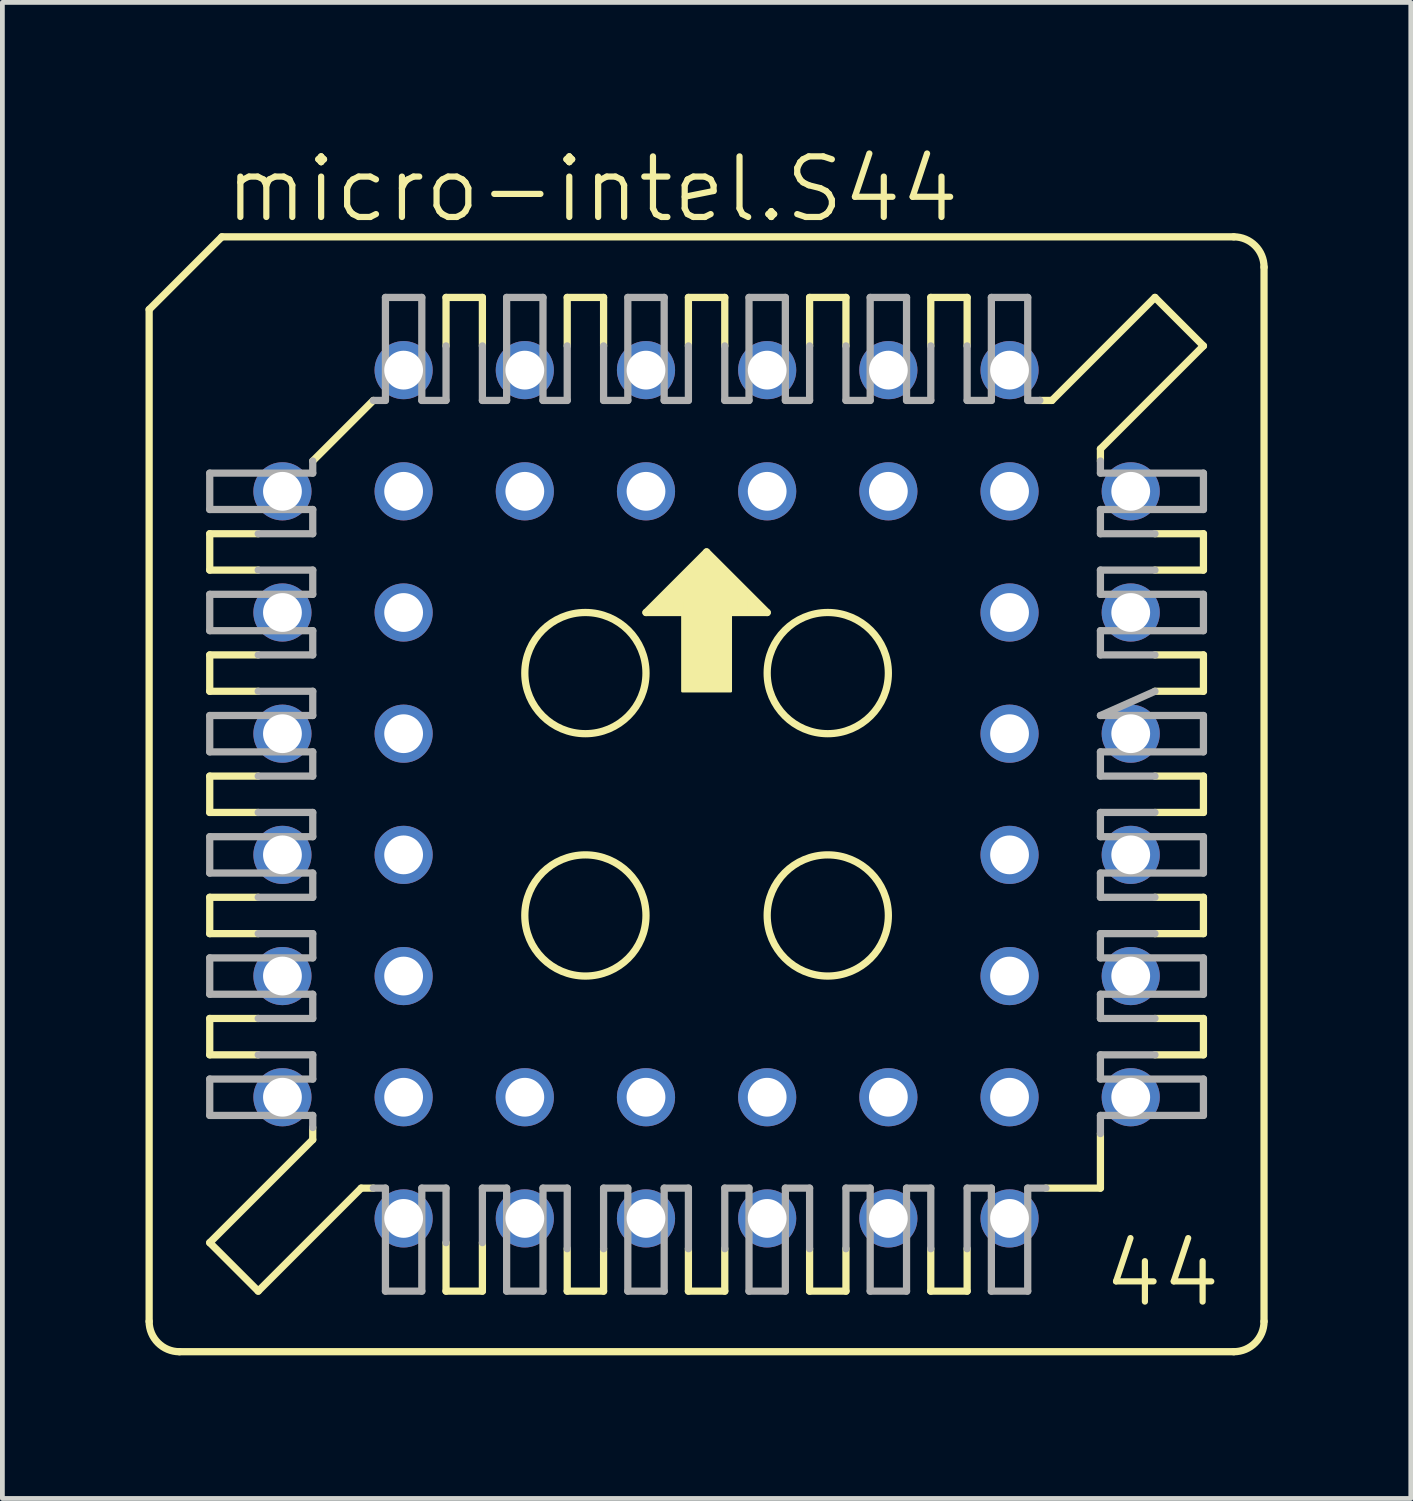
<source format=kicad_pcb>
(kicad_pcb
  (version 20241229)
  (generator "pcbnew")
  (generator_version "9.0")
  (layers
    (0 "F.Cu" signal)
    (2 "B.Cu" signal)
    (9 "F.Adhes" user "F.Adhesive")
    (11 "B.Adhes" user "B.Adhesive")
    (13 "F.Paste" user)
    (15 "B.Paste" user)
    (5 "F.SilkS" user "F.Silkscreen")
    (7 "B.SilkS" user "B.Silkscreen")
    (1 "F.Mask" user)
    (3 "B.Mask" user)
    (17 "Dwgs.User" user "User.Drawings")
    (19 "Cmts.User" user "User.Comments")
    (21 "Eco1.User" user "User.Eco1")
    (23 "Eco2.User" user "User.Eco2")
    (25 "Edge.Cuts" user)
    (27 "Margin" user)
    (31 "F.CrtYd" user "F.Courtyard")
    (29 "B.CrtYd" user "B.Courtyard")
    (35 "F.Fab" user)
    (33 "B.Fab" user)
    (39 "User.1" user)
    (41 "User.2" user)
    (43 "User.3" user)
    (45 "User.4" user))
  (footprint "micro-intel.S44"
    (layer "F.Cu")
    (at 11.76 13.598)
    (property "Reference" "micro-intel.S44" (at -10.16 -11.938 0) (layer "F.SilkS") (effects (font (size 1.27 1.27) (thickness 0.13)) (justify left bottom)))
    (attr through_hole)
    (fp_line (start -11.684 -10.16) (end -11.684 11.049) (stroke (width 0.152) (type default)) (layer "F.SilkS"))
    (fp_line (start -10.414 -5.461) (end -10.414 -4.699) (stroke (width 0.152) (type default)) (layer "F.SilkS"))
    (fp_line (start -10.414 -5.461) (end -9.398 -5.461) (stroke (width 0.152) (type default)) (layer "F.SilkS"))
    (fp_line (start -10.414 -2.921) (end -10.414 -2.159) (stroke (width 0.152) (type default)) (layer "F.SilkS"))
    (fp_line (start -10.414 -2.921) (end -9.398 -2.921) (stroke (width 0.152) (type default)) (layer "F.SilkS"))
    (fp_line (start -10.414 0.381) (end -10.414 -0.381) (stroke (width 0.152) (type default)) (layer "F.SilkS"))
    (fp_line (start -10.414 0.381) (end -9.398 0.381) (stroke (width 0.152) (type default)) (layer "F.SilkS"))
    (fp_line (start -10.414 2.921) (end -10.414 2.159) (stroke (width 0.152) (type default)) (layer "F.SilkS"))
    (fp_line (start -10.414 2.921) (end -9.398 2.921) (stroke (width 0.152) (type default)) (layer "F.SilkS"))
    (fp_line (start -10.414 5.461) (end -10.414 4.699) (stroke (width 0.152) (type default)) (layer "F.SilkS"))
    (fp_line (start -10.414 5.461) (end -9.398 5.461) (stroke (width 0.152) (type default)) (layer "F.SilkS"))
    (fp_line (start -10.414 9.398) (end -8.255 7.239) (stroke (width 0.152) (type default)) (layer "F.SilkS"))
    (fp_line (start -10.16 -11.684) (end -11.684 -10.16) (stroke (width 0.152) (type default)) (layer "F.SilkS"))
    (fp_line (start -9.398 -4.699) (end -10.414 -4.699) (stroke (width 0.152) (type default)) (layer "F.SilkS"))
    (fp_line (start -9.398 -2.159) (end -10.414 -2.159) (stroke (width 0.152) (type default)) (layer "F.SilkS"))
    (fp_line (start -9.398 -0.381) (end -10.414 -0.381) (stroke (width 0.152) (type default)) (layer "F.SilkS"))
    (fp_line (start -9.398 2.159) (end -10.414 2.159) (stroke (width 0.152) (type default)) (layer "F.SilkS"))
    (fp_line (start -9.398 4.699) (end -10.414 4.699) (stroke (width 0.152) (type default)) (layer "F.SilkS"))
    (fp_line (start -9.398 10.414) (end -10.414 9.398) (stroke (width 0.152) (type default)) (layer "F.SilkS"))
    (fp_line (start -9.398 10.414) (end -7.239 8.255) (stroke (width 0.152) (type default)) (layer "F.SilkS"))
    (fp_line (start -8.255 -6.985) (end -6.985 -8.255) (stroke (width 0.152) (type default)) (layer "F.SilkS"))
    (fp_line (start -8.255 7.239) (end -8.255 6.985) (stroke (width 0.152) (type default)) (layer "F.SilkS"))
    (fp_line (start -7.239 8.255) (end -6.985 8.255) (stroke (width 0.152) (type default)) (layer "F.SilkS"))
    (fp_line (start -5.461 -9.398) (end -5.461 -10.414) (stroke (width 0.152) (type default)) (layer "F.SilkS"))
    (fp_line (start -5.461 9.398) (end -5.461 10.414) (stroke (width 0.152) (type default)) (layer "F.SilkS"))
    (fp_line (start -5.461 10.414) (end -4.699 10.414) (stroke (width 0.152) (type default)) (layer "F.SilkS"))
    (fp_line (start -4.699 -10.414) (end -5.461 -10.414) (stroke (width 0.152) (type default)) (layer "F.SilkS"))
    (fp_line (start -4.699 -10.414) (end -4.699 -9.398) (stroke (width 0.152) (type default)) (layer "F.SilkS"))
    (fp_line (start -4.699 10.414) (end -4.699 9.398) (stroke (width 0.152) (type default)) (layer "F.SilkS"))
    (fp_line (start -2.921 -9.398) (end -2.921 -10.414) (stroke (width 0.152) (type default)) (layer "F.SilkS"))
    (fp_line (start -2.921 9.525) (end -2.921 10.414) (stroke (width 0.152) (type default)) (layer "F.SilkS"))
    (fp_line (start -2.921 10.414) (end -2.159 10.414) (stroke (width 0.152) (type default)) (layer "F.SilkS"))
    (fp_line (start -2.159 -10.414) (end -2.921 -10.414) (stroke (width 0.152) (type default)) (layer "F.SilkS"))
    (fp_line (start -2.159 -10.414) (end -2.159 -9.398) (stroke (width 0.152) (type default)) (layer "F.SilkS"))
    (fp_line (start -2.159 10.414) (end -2.159 9.525) (stroke (width 0.152) (type default)) (layer "F.SilkS"))
    (fp_line (start -1.27 -3.81) (end 1.27 -3.81) (stroke (width 0.152) (type default)) (layer "F.SilkS"))
    (fp_line (start -0.381 -9.398) (end -0.381 -10.414) (stroke (width 0.152) (type default)) (layer "F.SilkS"))
    (fp_line (start -0.381 9.525) (end -0.381 10.414) (stroke (width 0.152) (type default)) (layer "F.SilkS"))
    (fp_line (start -0.381 10.414) (end 0.381 10.414) (stroke (width 0.152) (type default)) (layer "F.SilkS"))
    (fp_line (start 0 -5.08) (end -1.27 -3.81) (stroke (width 0.152) (type default)) (layer "F.SilkS"))
    (fp_line (start 0.381 -10.414) (end -0.381 -10.414) (stroke (width 0.152) (type default)) (layer "F.SilkS"))
    (fp_line (start 0.381 -10.414) (end 0.381 -9.398) (stroke (width 0.152) (type default)) (layer "F.SilkS"))
    (fp_line (start 0.381 10.414) (end 0.381 9.525) (stroke (width 0.152) (type default)) (layer "F.SilkS"))
    (fp_line (start 1.27 -3.81) (end 0 -5.08) (stroke (width 0.152) (type default)) (layer "F.SilkS"))
    (fp_line (start 2.159 -9.398) (end 2.159 -10.414) (stroke (width 0.152) (type default)) (layer "F.SilkS"))
    (fp_line (start 2.159 9.525) (end 2.159 10.414) (stroke (width 0.152) (type default)) (layer "F.SilkS"))
    (fp_line (start 2.159 10.414) (end 2.921 10.414) (stroke (width 0.152) (type default)) (layer "F.SilkS"))
    (fp_line (start 2.921 -10.414) (end 2.159 -10.414) (stroke (width 0.152) (type default)) (layer "F.SilkS"))
    (fp_line (start 2.921 -10.414) (end 2.921 -9.398) (stroke (width 0.152) (type default)) (layer "F.SilkS"))
    (fp_line (start 2.921 10.414) (end 2.921 9.525) (stroke (width 0.152) (type default)) (layer "F.SilkS"))
    (fp_line (start 4.699 -9.398) (end 4.699 -10.414) (stroke (width 0.152) (type default)) (layer "F.SilkS"))
    (fp_line (start 4.699 9.525) (end 4.699 10.414) (stroke (width 0.152) (type default)) (layer "F.SilkS"))
    (fp_line (start 4.699 10.414) (end 5.461 10.414) (stroke (width 0.152) (type default)) (layer "F.SilkS"))
    (fp_line (start 5.461 -10.414) (end 4.699 -10.414) (stroke (width 0.152) (type default)) (layer "F.SilkS"))
    (fp_line (start 5.461 -10.414) (end 5.461 -9.398) (stroke (width 0.152) (type default)) (layer "F.SilkS"))
    (fp_line (start 5.461 10.414) (end 5.461 9.525) (stroke (width 0.152) (type default)) (layer "F.SilkS"))
    (fp_line (start 7.112 8.255) (end 8.255 8.255) (stroke (width 0.152) (type default)) (layer "F.SilkS"))
    (fp_line (start 7.239 -8.255) (end 6.985 -8.255) (stroke (width 0.152) (type default)) (layer "F.SilkS"))
    (fp_line (start 8.255 -7.239) (end 8.255 -6.985) (stroke (width 0.152) (type default)) (layer "F.SilkS"))
    (fp_line (start 8.255 8.255) (end 8.255 7.112) (stroke (width 0.152) (type default)) (layer "F.SilkS"))
    (fp_line (start 9.398 -10.414) (end 7.239 -8.255) (stroke (width 0.152) (type default)) (layer "F.SilkS"))
    (fp_line (start 9.398 -4.699) (end 10.414 -4.699) (stroke (width 0.152) (type default)) (layer "F.SilkS"))
    (fp_line (start 9.398 -2.159) (end 10.414 -2.159) (stroke (width 0.152) (type default)) (layer "F.SilkS"))
    (fp_line (start 9.398 0.381) (end 10.414 0.381) (stroke (width 0.152) (type default)) (layer "F.SilkS"))
    (fp_line (start 9.398 2.159) (end 10.414 2.159) (stroke (width 0.152) (type default)) (layer "F.SilkS"))
    (fp_line (start 9.398 4.699) (end 10.414 4.699) (stroke (width 0.152) (type default)) (layer "F.SilkS"))
    (fp_line (start 10.414 -9.398) (end 8.255 -7.239) (stroke (width 0.152) (type default)) (layer "F.SilkS"))
    (fp_line (start 10.414 -9.398) (end 9.398 -10.414) (stroke (width 0.152) (type default)) (layer "F.SilkS"))
    (fp_line (start 10.414 -5.461) (end 9.398 -5.461) (stroke (width 0.152) (type default)) (layer "F.SilkS"))
    (fp_line (start 10.414 -5.461) (end 10.414 -4.699) (stroke (width 0.152) (type default)) (layer "F.SilkS"))
    (fp_line (start 10.414 -2.921) (end 9.398 -2.921) (stroke (width 0.152) (type default)) (layer "F.SilkS"))
    (fp_line (start 10.414 -2.921) (end 10.414 -2.159) (stroke (width 0.152) (type default)) (layer "F.SilkS"))
    (fp_line (start 10.414 -0.381) (end 9.398 -0.381) (stroke (width 0.152) (type default)) (layer "F.SilkS"))
    (fp_line (start 10.414 -0.381) (end 10.414 0.381) (stroke (width 0.152) (type default)) (layer "F.SilkS"))
    (fp_line (start 10.414 2.921) (end 9.398 2.921) (stroke (width 0.152) (type default)) (layer "F.SilkS"))
    (fp_line (start 10.414 2.921) (end 10.414 2.159) (stroke (width 0.152) (type default)) (layer "F.SilkS"))
    (fp_line (start 10.414 5.461) (end 9.398 5.461) (stroke (width 0.152) (type default)) (layer "F.SilkS"))
    (fp_line (start 10.414 5.461) (end 10.414 4.699) (stroke (width 0.152) (type default)) (layer "F.SilkS"))
    (fp_line (start 11.049 -11.684) (end -10.16 -11.684) (stroke (width 0.152) (type default)) (layer "F.SilkS"))
    (fp_line (start 11.049 11.684) (end -11.049 11.684) (stroke (width 0.152) (type default)) (layer "F.SilkS"))
    (fp_line (start 11.684 -11.049) (end 11.684 11.049) (stroke (width 0.152) (type default)) (layer "F.SilkS"))
    (fp_rect (start -1.143 -3.81) (end -0.889 -3.937) (stroke (width 0.05) (type default)) (fill yes) (layer "F.SilkS"))
    (fp_rect (start -1.016 -3.937) (end -0.889 -4.064) (stroke (width 0.05) (type default)) (fill yes) (layer "F.SilkS"))
    (fp_rect (start -0.889 -3.81) (end 0.889 -4.191) (stroke (width 0.05) (type default)) (fill yes) (layer "F.SilkS"))
    (fp_rect (start -0.762 -4.191) (end -0.635 -4.318) (stroke (width 0.05) (type default)) (fill yes) (layer "F.SilkS"))
    (fp_rect (start -0.635 -4.191) (end 0.635 -4.445) (stroke (width 0.05) (type default)) (fill yes) (layer "F.SilkS"))
    (fp_rect (start -0.508 -4.445) (end -0.381 -4.572) (stroke (width 0.05) (type default)) (fill yes) (layer "F.SilkS"))
    (fp_rect (start -0.508 -2.159) (end 0.508 -4.064) (stroke (width 0.05) (type default)) (fill yes) (layer "F.SilkS"))
    (fp_rect (start -0.381 -4.445) (end 0.381 -4.699) (stroke (width 0.05) (type default)) (fill yes) (layer "F.SilkS"))
    (fp_rect (start -0.254 -4.699) (end -0.127 -4.826) (stroke (width 0.05) (type default)) (fill yes) (layer "F.SilkS"))
    (fp_rect (start -0.127 -4.699) (end 0.127 -4.953) (stroke (width 0.05) (type default)) (fill yes) (layer "F.SilkS"))
    (fp_rect (start 0.127 -4.699) (end 0.254 -4.826) (stroke (width 0.05) (type default)) (fill yes) (layer "F.SilkS"))
    (fp_rect (start 0.381 -4.445) (end 0.508 -4.572) (stroke (width 0.05) (type default)) (fill yes) (layer "F.SilkS"))
    (fp_rect (start 0.635 -4.191) (end 0.762 -4.318) (stroke (width 0.05) (type default)) (fill yes) (layer "F.SilkS"))
    (fp_rect (start 0.889 -3.937) (end 1.016 -4.064) (stroke (width 0.05) (type default)) (fill yes) (layer "F.SilkS"))
    (fp_rect (start 0.889 -3.81) (end 1.143 -3.937) (stroke (width 0.05) (type default)) (fill yes) (layer "F.SilkS"))
    (fp_arc (start -11.049 11.684) (mid -11.498013 11.498013) (end -11.684 11.049) (stroke (width 0.1524) (type default)) (layer "F.SilkS"))
    (fp_arc (start 11.049 -11.684) (mid 11.498013 -11.498013) (end 11.684 -11.049) (stroke (width 0.1524) (type default)) (layer "F.SilkS"))
    (fp_arc (start 11.684 11.049) (mid 11.498013 11.498013) (end 11.049 11.684) (stroke (width 0.1524) (type default)) (layer "F.SilkS"))
    (fp_circle (center -2.54 -2.54) (end -1.27 -2.54) (stroke (width 0.152) (type default)) (fill no) (layer "F.SilkS"))
    (fp_circle (center -2.54 2.54) (end -1.27 2.54) (stroke (width 0.152) (type default)) (fill no) (layer "F.SilkS"))
    (fp_circle (center 2.54 -2.54) (end 3.81 -2.54) (stroke (width 0.152) (type default)) (fill no) (layer "F.SilkS"))
    (fp_circle (center 2.54 2.54) (end 3.81 2.54) (stroke (width 0.152) (type default)) (fill no) (layer "F.SilkS"))
    (fp_line (start -10.414 -6.731) (end -10.414 -5.969) (stroke (width 0.152) (type default)) (layer "F.Fab"))
    (fp_line (start -10.414 -6.731) (end -8.255 -6.731) (stroke (width 0.152) (type default)) (layer "F.Fab"))
    (fp_line (start -10.414 -4.191) (end -10.414 -3.429) (stroke (width 0.152) (type default)) (layer "F.Fab"))
    (fp_line (start -10.414 -4.191) (end -8.255 -4.191) (stroke (width 0.152) (type default)) (layer "F.Fab"))
    (fp_line (start -10.414 -0.889) (end -10.414 -1.651) (stroke (width 0.152) (type default)) (layer "F.Fab"))
    (fp_line (start -10.414 -0.889) (end -8.255 -0.889) (stroke (width 0.152) (type default)) (layer "F.Fab"))
    (fp_line (start -10.414 1.651) (end -10.414 0.889) (stroke (width 0.152) (type default)) (layer "F.Fab"))
    (fp_line (start -10.414 1.651) (end -8.255 1.651) (stroke (width 0.152) (type default)) (layer "F.Fab"))
    (fp_line (start -10.414 4.191) (end -10.414 3.429) (stroke (width 0.152) (type default)) (layer "F.Fab"))
    (fp_line (start -10.414 4.191) (end -8.255 4.191) (stroke (width 0.152) (type default)) (layer "F.Fab"))
    (fp_line (start -10.414 6.731) (end -10.414 5.969) (stroke (width 0.152) (type default)) (layer "F.Fab"))
    (fp_line (start -10.414 6.731) (end -8.255 6.731) (stroke (width 0.152) (type default)) (layer "F.Fab"))
    (fp_line (start -9.398 -4.699) (end -8.255 -4.699) (stroke (width 0.152) (type default)) (layer "F.Fab"))
    (fp_line (start -9.398 -2.159) (end -8.255 -2.159) (stroke (width 0.152) (type default)) (layer "F.Fab"))
    (fp_line (start -9.398 -0.381) (end -8.255 -0.381) (stroke (width 0.152) (type default)) (layer "F.Fab"))
    (fp_line (start -9.398 2.159) (end -8.255 2.159) (stroke (width 0.152) (type default)) (layer "F.Fab"))
    (fp_line (start -9.398 4.699) (end -8.255 4.699) (stroke (width 0.152) (type default)) (layer "F.Fab"))
    (fp_line (start -8.255 -6.731) (end -8.255 -6.985) (stroke (width 0.152) (type default)) (layer "F.Fab"))
    (fp_line (start -8.255 -5.969) (end -10.414 -5.969) (stroke (width 0.152) (type default)) (layer "F.Fab"))
    (fp_line (start -8.255 -5.969) (end -8.255 -5.461) (stroke (width 0.152) (type default)) (layer "F.Fab"))
    (fp_line (start -8.255 -5.461) (end -9.398 -5.461) (stroke (width 0.152) (type default)) (layer "F.Fab"))
    (fp_line (start -8.255 -4.699) (end -8.255 -4.191) (stroke (width 0.152) (type default)) (layer "F.Fab"))
    (fp_line (start -8.255 -3.429) (end -10.414 -3.429) (stroke (width 0.152) (type default)) (layer "F.Fab"))
    (fp_line (start -8.255 -3.429) (end -8.255 -2.921) (stroke (width 0.152) (type default)) (layer "F.Fab"))
    (fp_line (start -8.255 -2.921) (end -9.398 -2.921) (stroke (width 0.152) (type default)) (layer "F.Fab"))
    (fp_line (start -8.255 -2.159) (end -8.255 -1.651) (stroke (width 0.152) (type default)) (layer "F.Fab"))
    (fp_line (start -8.255 -1.651) (end -10.414 -1.651) (stroke (width 0.152) (type default)) (layer "F.Fab"))
    (fp_line (start -8.255 -0.381) (end -8.255 -0.889) (stroke (width 0.152) (type default)) (layer "F.Fab"))
    (fp_line (start -8.255 0.381) (end -9.398 0.381) (stroke (width 0.152) (type default)) (layer "F.Fab"))
    (fp_line (start -8.255 0.889) (end -10.414 0.889) (stroke (width 0.152) (type default)) (layer "F.Fab"))
    (fp_line (start -8.255 0.889) (end -8.255 0.381) (stroke (width 0.152) (type default)) (layer "F.Fab"))
    (fp_line (start -8.255 2.159) (end -8.255 1.651) (stroke (width 0.152) (type default)) (layer "F.Fab"))
    (fp_line (start -8.255 2.921) (end -9.398 2.921) (stroke (width 0.152) (type default)) (layer "F.Fab"))
    (fp_line (start -8.255 3.429) (end -10.414 3.429) (stroke (width 0.152) (type default)) (layer "F.Fab"))
    (fp_line (start -8.255 3.429) (end -8.255 2.921) (stroke (width 0.152) (type default)) (layer "F.Fab"))
    (fp_line (start -8.255 4.699) (end -8.255 4.191) (stroke (width 0.152) (type default)) (layer "F.Fab"))
    (fp_line (start -8.255 5.461) (end -9.398 5.461) (stroke (width 0.152) (type default)) (layer "F.Fab"))
    (fp_line (start -8.255 5.969) (end -10.414 5.969) (stroke (width 0.152) (type default)) (layer "F.Fab"))
    (fp_line (start -8.255 5.969) (end -8.255 5.461) (stroke (width 0.152) (type default)) (layer "F.Fab"))
    (fp_line (start -8.255 6.985) (end -8.255 6.731) (stroke (width 0.152) (type default)) (layer "F.Fab"))
    (fp_line (start -6.985 -8.255) (end -6.731 -8.255) (stroke (width 0.152) (type default)) (layer "F.Fab"))
    (fp_line (start -6.731 -8.255) (end -6.731 -10.414) (stroke (width 0.152) (type default)) (layer "F.Fab"))
    (fp_line (start -6.731 8.255) (end -6.985 8.255) (stroke (width 0.152) (type default)) (layer "F.Fab"))
    (fp_line (start -6.731 10.414) (end -6.731 8.255) (stroke (width 0.152) (type default)) (layer "F.Fab"))
    (fp_line (start -6.731 10.414) (end -5.969 10.414) (stroke (width 0.152) (type default)) (layer "F.Fab"))
    (fp_line (start -5.969 -10.414) (end -6.731 -10.414) (stroke (width 0.152) (type default)) (layer "F.Fab"))
    (fp_line (start -5.969 -10.414) (end -5.969 -8.255) (stroke (width 0.152) (type default)) (layer "F.Fab"))
    (fp_line (start -5.969 8.255) (end -5.969 10.414) (stroke (width 0.152) (type default)) (layer "F.Fab"))
    (fp_line (start -5.461 -9.398) (end -5.461 -8.255) (stroke (width 0.152) (type default)) (layer "F.Fab"))
    (fp_line (start -5.461 -8.255) (end -5.969 -8.255) (stroke (width 0.152) (type default)) (layer "F.Fab"))
    (fp_line (start -5.461 8.255) (end -5.969 8.255) (stroke (width 0.152) (type default)) (layer "F.Fab"))
    (fp_line (start -5.461 9.398) (end -5.461 8.255) (stroke (width 0.152) (type default)) (layer "F.Fab"))
    (fp_line (start -4.699 -8.255) (end -4.699 -9.398) (stroke (width 0.152) (type default)) (layer "F.Fab"))
    (fp_line (start -4.699 8.255) (end -4.699 9.398) (stroke (width 0.152) (type default)) (layer "F.Fab"))
    (fp_line (start -4.699 8.255) (end -4.191 8.255) (stroke (width 0.152) (type default)) (layer "F.Fab"))
    (fp_line (start -4.191 -8.255) (end -4.699 -8.255) (stroke (width 0.152) (type default)) (layer "F.Fab"))
    (fp_line (start -4.191 -8.255) (end -4.191 -10.414) (stroke (width 0.152) (type default)) (layer "F.Fab"))
    (fp_line (start -4.191 10.414) (end -4.191 8.255) (stroke (width 0.152) (type default)) (layer "F.Fab"))
    (fp_line (start -4.191 10.414) (end -3.429 10.414) (stroke (width 0.152) (type default)) (layer "F.Fab"))
    (fp_line (start -3.429 -10.414) (end -4.191 -10.414) (stroke (width 0.152) (type default)) (layer "F.Fab"))
    (fp_line (start -3.429 -10.414) (end -3.429 -8.255) (stroke (width 0.152) (type default)) (layer "F.Fab"))
    (fp_line (start -3.429 8.255) (end -3.429 10.414) (stroke (width 0.152) (type default)) (layer "F.Fab"))
    (fp_line (start -3.429 8.255) (end -2.921 8.255) (stroke (width 0.152) (type default)) (layer "F.Fab"))
    (fp_line (start -2.921 -9.398) (end -2.921 -8.255) (stroke (width 0.152) (type default)) (layer "F.Fab"))
    (fp_line (start -2.921 -8.255) (end -3.429 -8.255) (stroke (width 0.152) (type default)) (layer "F.Fab"))
    (fp_line (start -2.921 9.525) (end -2.921 8.255) (stroke (width 0.152) (type default)) (layer "F.Fab"))
    (fp_line (start -2.159 -8.255) (end -2.159 -9.398) (stroke (width 0.152) (type default)) (layer "F.Fab"))
    (fp_line (start -2.159 8.255) (end -2.159 9.525) (stroke (width 0.152) (type default)) (layer "F.Fab"))
    (fp_line (start -2.159 8.255) (end -1.651 8.255) (stroke (width 0.152) (type default)) (layer "F.Fab"))
    (fp_line (start -1.651 -8.255) (end -2.159 -8.255) (stroke (width 0.152) (type default)) (layer "F.Fab"))
    (fp_line (start -1.651 -8.255) (end -1.651 -10.414) (stroke (width 0.152) (type default)) (layer "F.Fab"))
    (fp_line (start -1.651 10.414) (end -1.651 8.255) (stroke (width 0.152) (type default)) (layer "F.Fab"))
    (fp_line (start -1.651 10.414) (end -0.889 10.414) (stroke (width 0.152) (type default)) (layer "F.Fab"))
    (fp_line (start -0.889 -10.414) (end -1.651 -10.414) (stroke (width 0.152) (type default)) (layer "F.Fab"))
    (fp_line (start -0.889 -10.414) (end -0.889 -8.255) (stroke (width 0.152) (type default)) (layer "F.Fab"))
    (fp_line (start -0.889 8.255) (end -0.889 10.414) (stroke (width 0.152) (type default)) (layer "F.Fab"))
    (fp_line (start -0.889 8.255) (end -0.381 8.255) (stroke (width 0.152) (type default)) (layer "F.Fab"))
    (fp_line (start -0.381 -9.398) (end -0.381 -8.255) (stroke (width 0.152) (type default)) (layer "F.Fab"))
    (fp_line (start -0.381 -8.255) (end -0.889 -8.255) (stroke (width 0.152) (type default)) (layer "F.Fab"))
    (fp_line (start -0.381 9.525) (end -0.381 8.255) (stroke (width 0.152) (type default)) (layer "F.Fab"))
    (fp_line (start 0.381 -8.255) (end 0.381 -9.398) (stroke (width 0.152) (type default)) (layer "F.Fab"))
    (fp_line (start 0.381 8.255) (end 0.381 9.525) (stroke (width 0.152) (type default)) (layer "F.Fab"))
    (fp_line (start 0.381 8.255) (end 0.889 8.255) (stroke (width 0.152) (type default)) (layer "F.Fab"))
    (fp_line (start 0.889 -8.255) (end 0.381 -8.255) (stroke (width 0.152) (type default)) (layer "F.Fab"))
    (fp_line (start 0.889 -8.255) (end 0.889 -10.414) (stroke (width 0.152) (type default)) (layer "F.Fab"))
    (fp_line (start 0.889 10.414) (end 0.889 8.255) (stroke (width 0.152) (type default)) (layer "F.Fab"))
    (fp_line (start 0.889 10.414) (end 1.651 10.414) (stroke (width 0.152) (type default)) (layer "F.Fab"))
    (fp_line (start 1.651 -10.414) (end 0.889 -10.414) (stroke (width 0.152) (type default)) (layer "F.Fab"))
    (fp_line (start 1.651 -10.414) (end 1.651 -8.255) (stroke (width 0.152) (type default)) (layer "F.Fab"))
    (fp_line (start 1.651 8.255) (end 1.651 10.414) (stroke (width 0.152) (type default)) (layer "F.Fab"))
    (fp_line (start 1.651 8.255) (end 2.159 8.255) (stroke (width 0.152) (type default)) (layer "F.Fab"))
    (fp_line (start 2.159 -9.398) (end 2.159 -8.255) (stroke (width 0.152) (type default)) (layer "F.Fab"))
    (fp_line (start 2.159 -8.255) (end 1.651 -8.255) (stroke (width 0.152) (type default)) (layer "F.Fab"))
    (fp_line (start 2.159 9.525) (end 2.159 8.255) (stroke (width 0.152) (type default)) (layer "F.Fab"))
    (fp_line (start 2.921 -8.255) (end 2.921 -9.398) (stroke (width 0.152) (type default)) (layer "F.Fab"))
    (fp_line (start 2.921 8.255) (end 2.921 9.525) (stroke (width 0.152) (type default)) (layer "F.Fab"))
    (fp_line (start 2.921 8.255) (end 3.429 8.255) (stroke (width 0.152) (type default)) (layer "F.Fab"))
    (fp_line (start 3.429 -8.255) (end 2.921 -8.255) (stroke (width 0.152) (type default)) (layer "F.Fab"))
    (fp_line (start 3.429 -8.255) (end 3.429 -10.414) (stroke (width 0.152) (type default)) (layer "F.Fab"))
    (fp_line (start 3.429 10.414) (end 3.429 8.255) (stroke (width 0.152) (type default)) (layer "F.Fab"))
    (fp_line (start 3.429 10.414) (end 4.191 10.414) (stroke (width 0.152) (type default)) (layer "F.Fab"))
    (fp_line (start 4.191 -10.414) (end 3.429 -10.414) (stroke (width 0.152) (type default)) (layer "F.Fab"))
    (fp_line (start 4.191 -10.414) (end 4.191 -8.255) (stroke (width 0.152) (type default)) (layer "F.Fab"))
    (fp_line (start 4.191 8.255) (end 4.191 10.414) (stroke (width 0.152) (type default)) (layer "F.Fab"))
    (fp_line (start 4.191 8.255) (end 4.699 8.255) (stroke (width 0.152) (type default)) (layer "F.Fab"))
    (fp_line (start 4.699 -9.398) (end 4.699 -8.255) (stroke (width 0.152) (type default)) (layer "F.Fab"))
    (fp_line (start 4.699 -8.255) (end 4.191 -8.255) (stroke (width 0.152) (type default)) (layer "F.Fab"))
    (fp_line (start 4.699 9.525) (end 4.699 8.255) (stroke (width 0.152) (type default)) (layer "F.Fab"))
    (fp_line (start 5.461 -8.255) (end 5.461 -9.398) (stroke (width 0.152) (type default)) (layer "F.Fab"))
    (fp_line (start 5.461 8.255) (end 5.461 9.525) (stroke (width 0.152) (type default)) (layer "F.Fab"))
    (fp_line (start 5.461 8.255) (end 5.969 8.255) (stroke (width 0.152) (type default)) (layer "F.Fab"))
    (fp_line (start 5.969 -8.255) (end 5.461 -8.255) (stroke (width 0.152) (type default)) (layer "F.Fab"))
    (fp_line (start 5.969 -8.255) (end 5.969 -10.414) (stroke (width 0.152) (type default)) (layer "F.Fab"))
    (fp_line (start 5.969 10.414) (end 5.969 8.255) (stroke (width 0.152) (type default)) (layer "F.Fab"))
    (fp_line (start 5.969 10.414) (end 6.731 10.414) (stroke (width 0.152) (type default)) (layer "F.Fab"))
    (fp_line (start 6.731 -10.414) (end 5.969 -10.414) (stroke (width 0.152) (type default)) (layer "F.Fab"))
    (fp_line (start 6.731 -10.414) (end 6.731 -8.255) (stroke (width 0.152) (type default)) (layer "F.Fab"))
    (fp_line (start 6.731 -8.255) (end 6.985 -8.255) (stroke (width 0.152) (type default)) (layer "F.Fab"))
    (fp_line (start 6.731 8.255) (end 6.731 10.414) (stroke (width 0.152) (type default)) (layer "F.Fab"))
    (fp_line (start 7.112 8.255) (end 6.731 8.255) (stroke (width 0.152) (type default)) (layer "F.Fab"))
    (fp_line (start 8.255 -6.731) (end 8.255 -6.985) (stroke (width 0.152) (type default)) (layer "F.Fab"))
    (fp_line (start 8.255 -5.969) (end 8.255 -5.461) (stroke (width 0.152) (type default)) (layer "F.Fab"))
    (fp_line (start 8.255 -5.969) (end 10.414 -5.969) (stroke (width 0.152) (type default)) (layer "F.Fab"))
    (fp_line (start 8.255 -5.461) (end 9.398 -5.461) (stroke (width 0.152) (type default)) (layer "F.Fab"))
    (fp_line (start 8.255 -4.699) (end 8.255 -4.191) (stroke (width 0.152) (type default)) (layer "F.Fab"))
    (fp_line (start 8.255 -3.429) (end 8.255 -2.921) (stroke (width 0.152) (type default)) (layer "F.Fab"))
    (fp_line (start 8.255 -3.429) (end 10.414 -3.429) (stroke (width 0.152) (type default)) (layer "F.Fab"))
    (fp_line (start 8.255 -2.921) (end 9.398 -2.921) (stroke (width 0.152) (type default)) (layer "F.Fab"))
    (fp_line (start 8.255 -0.889) (end 8.255 -0.381) (stroke (width 0.152) (type default)) (layer "F.Fab"))
    (fp_line (start 8.255 -0.889) (end 10.414 -0.889) (stroke (width 0.152) (type default)) (layer "F.Fab"))
    (fp_line (start 8.255 -0.381) (end 9.398 -0.381) (stroke (width 0.152) (type default)) (layer "F.Fab"))
    (fp_line (start 8.255 0.381) (end 8.255 0.889) (stroke (width 0.152) (type default)) (layer "F.Fab"))
    (fp_line (start 8.255 1.651) (end 8.255 2.159) (stroke (width 0.152) (type default)) (layer "F.Fab"))
    (fp_line (start 8.255 1.651) (end 10.414 1.651) (stroke (width 0.152) (type default)) (layer "F.Fab"))
    (fp_line (start 8.255 2.159) (end 9.398 2.159) (stroke (width 0.152) (type default)) (layer "F.Fab"))
    (fp_line (start 8.255 2.921) (end 9.398 2.921) (stroke (width 0.152) (type default)) (layer "F.Fab"))
    (fp_line (start 8.255 3.429) (end 8.255 2.921) (stroke (width 0.152) (type default)) (layer "F.Fab"))
    (fp_line (start 8.255 3.429) (end 10.414 3.429) (stroke (width 0.152) (type default)) (layer "F.Fab"))
    (fp_line (start 8.255 4.699) (end 8.255 4.191) (stroke (width 0.152) (type default)) (layer "F.Fab"))
    (fp_line (start 8.255 5.461) (end 9.398 5.461) (stroke (width 0.152) (type default)) (layer "F.Fab"))
    (fp_line (start 8.255 5.969) (end 8.255 5.461) (stroke (width 0.152) (type default)) (layer "F.Fab"))
    (fp_line (start 8.255 5.969) (end 10.414 5.969) (stroke (width 0.152) (type default)) (layer "F.Fab"))
    (fp_line (start 8.255 6.731) (end 8.255 7.112) (stroke (width 0.152) (type default)) (layer "F.Fab"))
    (fp_line (start 9.398 -4.699) (end 8.255 -4.699) (stroke (width 0.152) (type default)) (layer "F.Fab"))
    (fp_line (start 9.398 -2.159) (end 8.255 -1.651) (stroke (width 0.152) (type default)) (layer "F.Fab"))
    (fp_line (start 9.398 0.381) (end 8.255 0.381) (stroke (width 0.152) (type default)) (layer "F.Fab"))
    (fp_line (start 9.398 4.699) (end 8.255 4.699) (stroke (width 0.152) (type default)) (layer "F.Fab"))
    (fp_line (start 10.414 -6.731) (end 8.255 -6.731) (stroke (width 0.152) (type default)) (layer "F.Fab"))
    (fp_line (start 10.414 -6.731) (end 10.414 -5.969) (stroke (width 0.152) (type default)) (layer "F.Fab"))
    (fp_line (start 10.414 -4.191) (end 8.255 -4.191) (stroke (width 0.152) (type default)) (layer "F.Fab"))
    (fp_line (start 10.414 -4.191) (end 10.414 -3.429) (stroke (width 0.152) (type default)) (layer "F.Fab"))
    (fp_line (start 10.414 -1.651) (end 8.255 -1.651) (stroke (width 0.152) (type default)) (layer "F.Fab"))
    (fp_line (start 10.414 -1.651) (end 10.414 -0.889) (stroke (width 0.152) (type default)) (layer "F.Fab"))
    (fp_line (start 10.414 0.889) (end 8.255 0.889) (stroke (width 0.152) (type default)) (layer "F.Fab"))
    (fp_line (start 10.414 0.889) (end 10.414 1.651) (stroke (width 0.152) (type default)) (layer "F.Fab"))
    (fp_line (start 10.414 4.191) (end 8.255 4.191) (stroke (width 0.152) (type default)) (layer "F.Fab"))
    (fp_line (start 10.414 4.191) (end 10.414 3.429) (stroke (width 0.152) (type default)) (layer "F.Fab"))
    (fp_line (start 10.414 6.731) (end 8.255 6.731) (stroke (width 0.152) (type default)) (layer "F.Fab"))
    (fp_line (start 10.414 6.731) (end 10.414 5.969) (stroke (width 0.152) (type default)) (layer "F.Fab"))
    (fp_text user "44" (at 8.255 10.795 0) (layer "F.SilkS") (effects (font (size 1.27 1.27) (thickness 0.13)) (justify left bottom)))
    (pad "1" thru_hole circle (at 1.27 -6.35) (size 1.219 1.219) (drill 0.813) (layers "*.Cu" "*.Mask"))
    (pad "2" thru_hole circle (at -1.27 -8.89) (size 1.219 1.219) (drill 0.813) (layers "*.Cu" "*.Mask"))
    (pad "3" thru_hole circle (at -1.27 -6.35) (size 1.219 1.219) (drill 0.813) (layers "*.Cu" "*.Mask"))
    (pad "4" thru_hole circle (at -3.81 -8.89) (size 1.219 1.219) (drill 0.813) (layers "*.Cu" "*.Mask"))
    (pad "5" thru_hole circle (at -3.81 -6.35) (size 1.219 1.219) (drill 0.813) (layers "*.Cu" "*.Mask"))
    (pad "6" thru_hole circle (at -6.35 -8.89) (size 1.219 1.219) (drill 0.813) (layers "*.Cu" "*.Mask"))
    (pad "7" thru_hole circle (at -8.89 -6.35) (size 1.219 1.219) (drill 0.813) (layers "*.Cu" "*.Mask"))
    (pad "8" thru_hole circle (at -6.35 -6.35) (size 1.219 1.219) (drill 0.813) (layers "*.Cu" "*.Mask"))
    (pad "9" thru_hole circle (at -8.89 -3.81) (size 1.219 1.219) (drill 0.813) (layers "*.Cu" "*.Mask"))
    (pad "10" thru_hole circle (at -6.35 -3.81) (size 1.219 1.219) (drill 0.813) (layers "*.Cu" "*.Mask"))
    (pad "11" thru_hole circle (at -8.89 -1.27) (size 1.219 1.219) (drill 0.813) (layers "*.Cu" "*.Mask"))
    (pad "12" thru_hole circle (at -6.35 -1.27) (size 1.219 1.219) (drill 0.813) (layers "*.Cu" "*.Mask"))
    (pad "13" thru_hole circle (at -8.89 1.27) (size 1.219 1.219) (drill 0.813) (layers "*.Cu" "*.Mask"))
    (pad "14" thru_hole circle (at -6.35 1.27) (size 1.219 1.219) (drill 0.813) (layers "*.Cu" "*.Mask"))
    (pad "15" thru_hole circle (at -8.89 3.81) (size 1.219 1.219) (drill 0.813) (layers "*.Cu" "*.Mask"))
    (pad "16" thru_hole circle (at -6.35 3.81) (size 1.219 1.219) (drill 0.813) (layers "*.Cu" "*.Mask"))
    (pad "17" thru_hole circle (at -8.89 6.35) (size 1.219 1.219) (drill 0.813) (layers "*.Cu" "*.Mask"))
    (pad "18" thru_hole circle (at -6.35 8.89) (size 1.219 1.219) (drill 0.813) (layers "*.Cu" "*.Mask"))
    (pad "19" thru_hole circle (at -6.35 6.35) (size 1.219 1.219) (drill 0.813) (layers "*.Cu" "*.Mask"))
    (pad "20" thru_hole circle (at -3.81 8.89) (size 1.219 1.219) (drill 0.813) (layers "*.Cu" "*.Mask"))
    (pad "21" thru_hole circle (at -3.81 6.35) (size 1.219 1.219) (drill 0.813) (layers "*.Cu" "*.Mask"))
    (pad "22" thru_hole circle (at -1.27 8.89) (size 1.219 1.219) (drill 0.813) (layers "*.Cu" "*.Mask"))
    (pad "23" thru_hole circle (at -1.27 6.35) (size 1.219 1.219) (drill 0.813) (layers "*.Cu" "*.Mask"))
    (pad "24" thru_hole circle (at 1.27 8.89) (size 1.219 1.219) (drill 0.813) (layers "*.Cu" "*.Mask"))
    (pad "25" thru_hole circle (at 1.27 6.35) (size 1.219 1.219) (drill 0.813) (layers "*.Cu" "*.Mask"))
    (pad "26" thru_hole circle (at 3.81 8.89) (size 1.219 1.219) (drill 0.813) (layers "*.Cu" "*.Mask"))
    (pad "27" thru_hole circle (at 3.81 6.35) (size 1.219 1.219) (drill 0.813) (layers "*.Cu" "*.Mask"))
    (pad "28" thru_hole circle (at 6.35 8.89) (size 1.219 1.219) (drill 0.813) (layers "*.Cu" "*.Mask"))
    (pad "29" thru_hole circle (at 8.89 6.35) (size 1.219 1.219) (drill 0.813) (layers "*.Cu" "*.Mask"))
    (pad "30" thru_hole circle (at 6.35 6.35) (size 1.219 1.219) (drill 0.813) (layers "*.Cu" "*.Mask"))
    (pad "31" thru_hole circle (at 8.89 3.81) (size 1.219 1.219) (drill 0.813) (layers "*.Cu" "*.Mask"))
    (pad "32" thru_hole circle (at 6.35 3.81) (size 1.219 1.219) (drill 0.813) (layers "*.Cu" "*.Mask"))
    (pad "33" thru_hole circle (at 8.89 1.27) (size 1.219 1.219) (drill 0.813) (layers "*.Cu" "*.Mask"))
    (pad "34" thru_hole circle (at 6.35 1.27) (size 1.219 1.219) (drill 0.813) (layers "*.Cu" "*.Mask"))
    (pad "35" thru_hole circle (at 8.89 -1.27) (size 1.219 1.219) (drill 0.813) (layers "*.Cu" "*.Mask"))
    (pad "36" thru_hole circle (at 6.35 -1.27) (size 1.219 1.219) (drill 0.813) (layers "*.Cu" "*.Mask"))
    (pad "37" thru_hole circle (at 8.89 -3.81) (size 1.219 1.219) (drill 0.813) (layers "*.Cu" "*.Mask"))
    (pad "38" thru_hole circle (at 6.35 -3.81) (size 1.219 1.219) (drill 0.813) (layers "*.Cu" "*.Mask"))
    (pad "39" thru_hole circle (at 8.89 -6.35) (size 1.219 1.219) (drill 0.813) (layers "*.Cu" "*.Mask"))
    (pad "40" thru_hole circle (at 6.35 -8.89) (size 1.219 1.219) (drill 0.813) (layers "*.Cu" "*.Mask"))
    (pad "41" thru_hole circle (at 6.35 -6.35) (size 1.219 1.219) (drill 0.813) (layers "*.Cu" "*.Mask"))
    (pad "42" thru_hole circle (at 3.81 -8.89) (size 1.219 1.219) (drill 0.813) (layers "*.Cu" "*.Mask"))
    (pad "43" thru_hole circle (at 3.81 -6.35) (size 1.219 1.219) (drill 0.813) (layers "*.Cu" "*.Mask"))
    (pad "44" thru_hole circle (at 1.27 -8.89) (size 1.219 1.219) (drill 0.813) (layers "*.Cu" "*.Mask")))
  (gr_rect
    (start -3 -3)
    (end 26.52 28.358)
    (stroke (width 0.1) (type default))
    (fill no)
    (layer "Edge.Cuts")))
</source>
